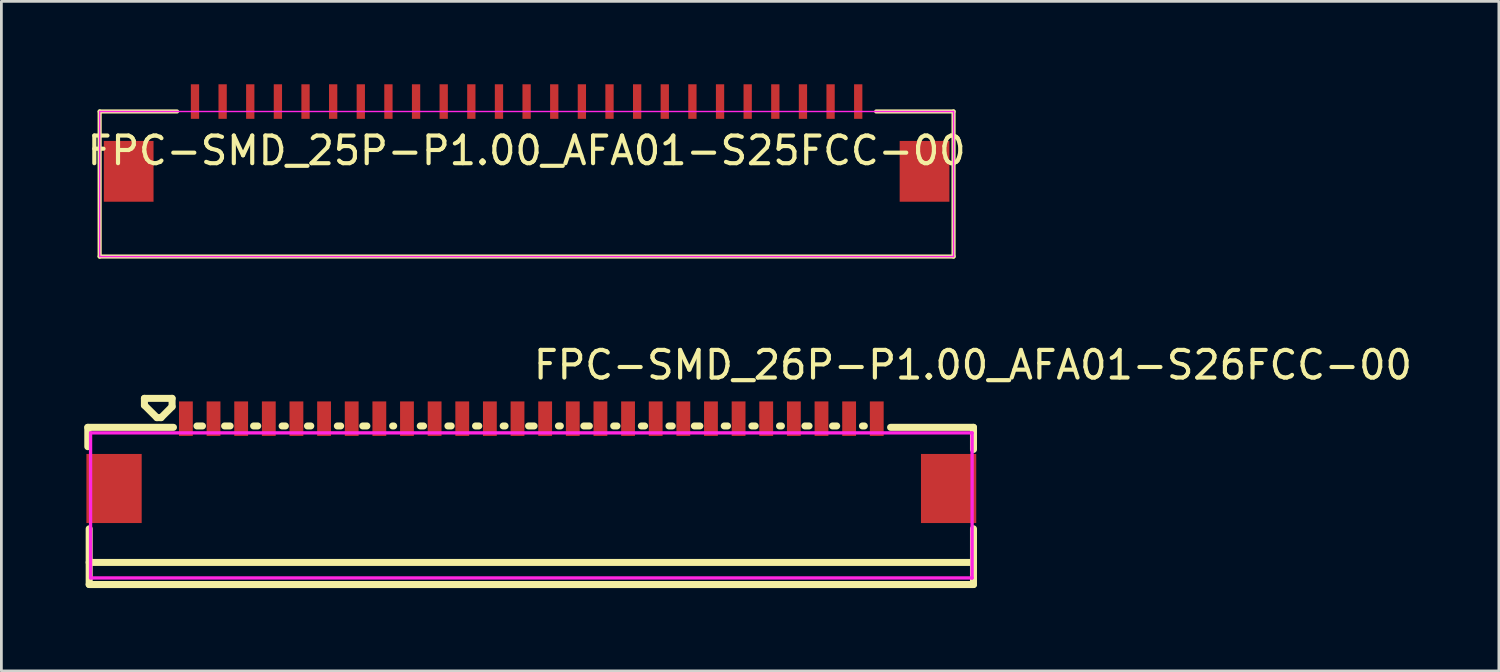
<source format=kicad_pcb>
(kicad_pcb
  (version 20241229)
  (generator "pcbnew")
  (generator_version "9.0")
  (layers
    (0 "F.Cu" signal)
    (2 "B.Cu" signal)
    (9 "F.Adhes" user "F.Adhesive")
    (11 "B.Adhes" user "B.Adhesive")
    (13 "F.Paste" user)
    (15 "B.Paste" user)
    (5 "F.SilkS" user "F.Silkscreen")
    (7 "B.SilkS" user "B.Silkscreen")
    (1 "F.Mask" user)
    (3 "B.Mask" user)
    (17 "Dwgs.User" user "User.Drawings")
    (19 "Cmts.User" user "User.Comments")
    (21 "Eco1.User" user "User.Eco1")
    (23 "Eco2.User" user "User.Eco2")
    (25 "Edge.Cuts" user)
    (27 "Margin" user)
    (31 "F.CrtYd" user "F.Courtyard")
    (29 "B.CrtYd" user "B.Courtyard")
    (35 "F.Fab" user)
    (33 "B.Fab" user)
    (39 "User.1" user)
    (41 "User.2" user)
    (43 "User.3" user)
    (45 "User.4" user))
  (footprint "FPC-SMD_25P-P1.00_AFA01-S25FCC-00"
    (layer "F.Cu")
    (at 16.006 0.625)
    (property "Reference" "FPC-SMD_25P-P1.00_AFA01-S25FCC-00" (at 0 1.775 0) (layer "F.SilkS") (effects (font (size 1 1) (thickness 0.15))))
    (fp_line (start -15.45 0.359) (end -15.45 5.609) (stroke (width 0.15) (type default)) (layer "F.SilkS"))
    (fp_line (start -15.45 0.359) (end -12.65 0.359) (stroke (width 0.15) (type default)) (layer "F.SilkS"))
    (fp_line (start -15.45 5.609) (end 15.45 5.609) (stroke (width 0.15) (type default)) (layer "F.SilkS"))
    (fp_line (start 15.45 0.359) (end 12.65 0.359) (stroke (width 0.15) (type default)) (layer "F.SilkS"))
    (fp_line (start 15.45 0.359) (end 15.45 5.609) (stroke (width 0.15) (type default)) (layer "F.SilkS"))
    (fp_line (start -15.45 0.359) (end -15.45 5.609) (stroke (width 0.05) (type default)) (layer "F.CrtYd"))
    (fp_line (start -15.45 0.359) (end 15.45 0.359) (stroke (width 0.05) (type default)) (layer "F.CrtYd"))
    (fp_line (start -15.45 5.609) (end 15.45 5.609) (stroke (width 0.05) (type default)) (layer "F.CrtYd"))
    (fp_line (start 15.45 0.359) (end 15.45 5.609) (stroke (width 0.05) (type default)) (layer "F.CrtYd"))
    (pad "0" smd rect (at -14.4 2.525) (size 1.8 2.2) (layers "F.Cu" "F.Mask" "F.Paste"))
    (pad "0" smd rect (at 14.4 2.525) (size 1.8 2.2) (layers "F.Cu" "F.Mask" "F.Paste"))
    (pad "1" smd rect (at -12 0) (size 0.3 1.25) (layers "F.Cu" "F.Mask" "F.Paste"))
    (pad "2" smd rect (at -11 0) (size 0.3 1.25) (layers "F.Cu" "F.Mask" "F.Paste"))
    (pad "3" smd rect (at -10 0) (size 0.3 1.25) (layers "F.Cu" "F.Mask" "F.Paste"))
    (pad "4" smd rect (at -9 0) (size 0.3 1.25) (layers "F.Cu" "F.Mask" "F.Paste"))
    (pad "5" smd rect (at -8 0) (size 0.3 1.25) (layers "F.Cu" "F.Mask" "F.Paste"))
    (pad "6" smd rect (at -7 0) (size 0.3 1.25) (layers "F.Cu" "F.Mask" "F.Paste"))
    (pad "7" smd rect (at -6 0) (size 0.3 1.25) (layers "F.Cu" "F.Mask" "F.Paste"))
    (pad "8" smd rect (at -5 0) (size 0.3 1.25) (layers "F.Cu" "F.Mask" "F.Paste"))
    (pad "9" smd rect (at -4 0) (size 0.3 1.25) (layers "F.Cu" "F.Mask" "F.Paste"))
    (pad "10" smd rect (at -3 0) (size 0.3 1.25) (layers "F.Cu" "F.Mask" "F.Paste"))
    (pad "11" smd rect (at -2 0) (size 0.3 1.25) (layers "F.Cu" "F.Mask" "F.Paste"))
    (pad "12" smd rect (at -1 0) (size 0.3 1.25) (layers "F.Cu" "F.Mask" "F.Paste"))
    (pad "13" smd rect (at 0 0) (size 0.3 1.25) (layers "F.Cu" "F.Mask" "F.Paste"))
    (pad "14" smd rect (at 1 0) (size 0.3 1.25) (layers "F.Cu" "F.Mask" "F.Paste"))
    (pad "15" smd rect (at 2 0) (size 0.3 1.25) (layers "F.Cu" "F.Mask" "F.Paste"))
    (pad "16" smd rect (at 3 0) (size 0.3 1.25) (layers "F.Cu" "F.Mask" "F.Paste"))
    (pad "17" smd rect (at 4 0) (size 0.3 1.25) (layers "F.Cu" "F.Mask" "F.Paste"))
    (pad "18" smd rect (at 5 0) (size 0.3 1.25) (layers "F.Cu" "F.Mask" "F.Paste"))
    (pad "19" smd rect (at 6 0) (size 0.3 1.25) (layers "F.Cu" "F.Mask" "F.Paste"))
    (pad "20" smd rect (at 7 0) (size 0.3 1.25) (layers "F.Cu" "F.Mask" "F.Paste"))
    (pad "21" smd rect (at 8 0) (size 0.3 1.25) (layers "F.Cu" "F.Mask" "F.Paste"))
    (pad "22" smd rect (at 9 0) (size 0.3 1.25) (layers "F.Cu" "F.Mask" "F.Paste"))
    (pad "23" smd rect (at 10 0) (size 0.3 1.25) (layers "F.Cu" "F.Mask" "F.Paste"))
    (pad "24" smd rect (at 11 0) (size 0.3 1.25) (layers "F.Cu" "F.Mask" "F.Paste"))
    (pad "25" smd rect (at 12 0) (size 0.3 1.25) (layers "F.Cu" "F.Mask" "F.Paste")))
  (footprint "FPC-SMD_26P-P1.00_AFA01-S26FCC-00"
    (layer "F.Cu")
    (at 16.177 13.364)
    (property "Reference" "FPC-SMD_26P-P1.00_AFA01-S26FCC-00" (at 0 -3.207 0) (layer "F.SilkS") (effects (font (size 1 1) (thickness 0.15)) (justify left)))
    (attr through_hole)
    (fp_line (start -16.05 -0.95) (end -12.95 -0.95) (stroke (width 0.254) (type solid)) (layer "F.SilkS"))
    (fp_line (start -16.05 -0.25) (end -16.05 -0.95) (stroke (width 0.254) (type solid)) (layer "F.SilkS"))
    (fp_line (start -16 4.738) (end -16 2.721) (stroke (width 0.254) (type solid)) (layer "F.SilkS"))
    (fp_line (start -14.001 -1.999) (end -13 -1.999) (stroke (width 0.254) (type solid)) (layer "F.SilkS"))
    (fp_line (start -14.001 -1.75) (end -14.001 -1.999) (stroke (width 0.254) (type solid)) (layer "F.SilkS"))
    (fp_line (start -13.549 -1.301) (end -14.001 -1.75) (stroke (width 0.254) (type solid)) (layer "F.SilkS"))
    (fp_line (start -13.399 -1.301) (end -13.549 -1.301) (stroke (width 0.254) (type solid)) (layer "F.SilkS"))
    (fp_line (start -13 -1.999) (end -13 -1.699) (stroke (width 0.254) (type solid)) (layer "F.SilkS"))
    (fp_line (start -13 -1.699) (end -13.399 -1.301) (stroke (width 0.254) (type solid)) (layer "F.SilkS"))
    (fp_line (start -12.1 -1) (end -11.9 -1) (stroke (width 0.254) (type solid)) (layer "F.SilkS"))
    (fp_line (start -11.1 -1) (end -10.9 -1) (stroke (width 0.254) (type solid)) (layer "F.SilkS"))
    (fp_line (start -10.05 -1) (end -9.9 -1) (stroke (width 0.254) (type solid)) (layer "F.SilkS"))
    (fp_line (start -9.019 -1) (end -8.9 -1) (stroke (width 0.254) (type solid)) (layer "F.SilkS"))
    (fp_line (start -8.1 -1) (end -7.981 -1) (stroke (width 0.254) (type solid)) (layer "F.SilkS"))
    (fp_line (start -7.019 -1) (end -6.9 -1) (stroke (width 0.254) (type solid)) (layer "F.SilkS"))
    (fp_line (start -6.1 -1) (end -5.95 -1) (stroke (width 0.254) (type solid)) (layer "F.SilkS"))
    (fp_line (start -5.019 -1) (end -4.981 -1) (stroke (width 0.254) (type solid)) (layer "F.SilkS"))
    (fp_line (start -4.019 -1) (end -3.9 -1) (stroke (width 0.254) (type solid)) (layer "F.SilkS"))
    (fp_line (start -3.019 -1) (end -2.9 -1) (stroke (width 0.254) (type solid)) (layer "F.SilkS"))
    (fp_line (start -2.019 -1) (end -1.9 -1) (stroke (width 0.254) (type solid)) (layer "F.SilkS"))
    (fp_line (start -1.019 -1) (end -0.95 -1) (stroke (width 0.254) (type solid)) (layer "F.SilkS"))
    (fp_line (start -0.1 -1) (end 0.1 -1) (stroke (width 0.254) (type solid)) (layer "F.SilkS"))
    (fp_line (start 0.981 -1) (end 1.05 -1) (stroke (width 0.254) (type solid)) (layer "F.SilkS"))
    (fp_line (start 1.9 -1) (end 2.1 -1) (stroke (width 0.254) (type solid)) (layer "F.SilkS"))
    (fp_line (start 2.981 -1) (end 3.1 -1) (stroke (width 0.254) (type solid)) (layer "F.SilkS"))
    (fp_line (start 3.981 -1) (end 4.1 -1) (stroke (width 0.254) (type solid)) (layer "F.SilkS"))
    (fp_line (start 4.981 -1) (end 5.1 -1) (stroke (width 0.254) (type solid)) (layer "F.SilkS"))
    (fp_line (start 5.9 -1) (end 6.1 -1) (stroke (width 0.254) (type solid)) (layer "F.SilkS"))
    (fp_line (start 6.981 -1) (end 7.1 -1) (stroke (width 0.254) (type solid)) (layer "F.SilkS"))
    (fp_line (start 7.981 -1) (end 8.1 -1) (stroke (width 0.254) (type solid)) (layer "F.SilkS"))
    (fp_line (start 8.981 -1) (end 9.05 -1) (stroke (width 0.254) (type solid)) (layer "F.SilkS"))
    (fp_line (start 9.9 -1) (end 10.05 -1) (stroke (width 0.254) (type solid)) (layer "F.SilkS"))
    (fp_line (start 10.9 -1) (end 11.05 -1) (stroke (width 0.254) (type solid)) (layer "F.SilkS"))
    (fp_line (start 11.981 -1) (end 12.05 -1) (stroke (width 0.254) (type solid)) (layer "F.SilkS"))
    (fp_line (start 16 -0.95) (end 13 -0.95) (stroke (width 0.254) (type solid)) (layer "F.SilkS"))
    (fp_line (start 16 -0.85) (end 16 -0.95) (stroke (width 0.254) (type solid)) (layer "F.SilkS"))
    (fp_line (start 16 -0.15) (end 16 -0.85) (stroke (width 0.254) (type solid)) (layer "F.SilkS"))
    (fp_line (start 16 2.721) (end 16 4.738) (stroke (width 0.254) (type solid)) (layer "F.SilkS"))
    (fp_line (start 16 3.938) (end -16 3.938) (stroke (width 0.254) (type solid)) (layer "F.SilkS"))
    (fp_line (start 16 4.738) (end -16 4.738) (stroke (width 0.254) (type solid)) (layer "F.SilkS"))
    (fp_circle (center -15.95 -1.45) (end -15.92 -1.45) (stroke (width 0.06) (type solid)) (fill no) (layer "Eco2.User"))
    (fp_poly (pts (xy -14.15 2.263) (xy -15.95 2.263) (xy -15.95 0.263) (xy -14.15 0.263)) (stroke (width 0.12) (type solid)) (fill no) (layer "Eco2.User"))
    (fp_poly (pts (xy -12.6 -0.7) (xy -12.6 -1.45) (xy -12.4 -1.45) (xy -12.4 -0.7)) (stroke (width 0.12) (type solid)) (fill no) (layer "Eco2.User"))
    (fp_poly (pts (xy -11.6 -0.7) (xy -11.6 -1.45) (xy -11.4 -1.45) (xy -11.4 -0.7)) (stroke (width 0.12) (type solid)) (fill no) (layer "Eco2.User"))
    (fp_poly (pts (xy -10.6 -0.7) (xy -10.6 -1.45) (xy -10.4 -1.45) (xy -10.4 -0.7)) (stroke (width 0.12) (type solid)) (fill no) (layer "Eco2.User"))
    (fp_poly (pts (xy -9.6 -0.7) (xy -9.6 -1.45) (xy -9.4 -1.45) (xy -9.4 -0.7)) (stroke (width 0.12) (type solid)) (fill no) (layer "Eco2.User"))
    (fp_poly (pts (xy -8.6 -0.7) (xy -8.6 -1.45) (xy -8.4 -1.45) (xy -8.4 -0.7)) (stroke (width 0.12) (type solid)) (fill no) (layer "Eco2.User"))
    (fp_poly (pts (xy -7.6 -0.7) (xy -7.6 -1.45) (xy -7.4 -1.45) (xy -7.4 -0.7)) (stroke (width 0.12) (type solid)) (fill no) (layer "Eco2.User"))
    (fp_poly (pts (xy -6.6 -0.7) (xy -6.6 -1.45) (xy -6.4 -1.45) (xy -6.4 -0.7)) (stroke (width 0.12) (type solid)) (fill no) (layer "Eco2.User"))
    (fp_poly (pts (xy -5.6 -0.7) (xy -5.6 -1.45) (xy -5.4 -1.45) (xy -5.4 -0.7)) (stroke (width 0.12) (type solid)) (fill no) (layer "Eco2.User"))
    (fp_poly (pts (xy -4.6 -0.7) (xy -4.6 -1.45) (xy -4.4 -1.45) (xy -4.4 -0.7)) (stroke (width 0.12) (type solid)) (fill no) (layer "Eco2.User"))
    (fp_poly (pts (xy -3.6 -0.7) (xy -3.6 -1.45) (xy -3.4 -1.45) (xy -3.4 -0.7)) (stroke (width 0.12) (type solid)) (fill no) (layer "Eco2.User"))
    (fp_poly (pts (xy -2.6 -0.7) (xy -2.6 -1.45) (xy -2.4 -1.45) (xy -2.4 -0.7)) (stroke (width 0.12) (type solid)) (fill no) (layer "Eco2.User"))
    (fp_poly (pts (xy -1.6 -0.7) (xy -1.6 -1.45) (xy -1.4 -1.45) (xy -1.4 -0.7)) (stroke (width 0.12) (type solid)) (fill no) (layer "Eco2.User"))
    (fp_poly (pts (xy -0.6 -0.7) (xy -0.6 -1.45) (xy -0.4 -1.45) (xy -0.4 -0.7)) (stroke (width 0.12) (type solid)) (fill no) (layer "Eco2.User"))
    (fp_poly (pts (xy 0.4 -0.7) (xy 0.4 -1.45) (xy 0.6 -1.45) (xy 0.6 -0.7)) (stroke (width 0.12) (type solid)) (fill no) (layer "Eco2.User"))
    (fp_poly (pts (xy 1.4 -0.7) (xy 1.4 -1.45) (xy 1.6 -1.45) (xy 1.6 -0.7)) (stroke (width 0.12) (type solid)) (fill no) (layer "Eco2.User"))
    (fp_poly (pts (xy 2.4 -0.7) (xy 2.4 -1.45) (xy 2.6 -1.45) (xy 2.6 -0.7)) (stroke (width 0.12) (type solid)) (fill no) (layer "Eco2.User"))
    (fp_poly (pts (xy 3.4 -0.7) (xy 3.4 -1.45) (xy 3.6 -1.45) (xy 3.6 -0.7)) (stroke (width 0.12) (type solid)) (fill no) (layer "Eco2.User"))
    (fp_poly (pts (xy 4.4 -0.7) (xy 4.4 -1.45) (xy 4.6 -1.45) (xy 4.6 -0.7)) (stroke (width 0.12) (type solid)) (fill no) (layer "Eco2.User"))
    (fp_poly (pts (xy 5.4 -0.7) (xy 5.4 -1.45) (xy 5.6 -1.45) (xy 5.6 -0.7)) (stroke (width 0.12) (type solid)) (fill no) (layer "Eco2.User"))
    (fp_poly (pts (xy 6.4 -0.7) (xy 6.4 -1.45) (xy 6.6 -1.45) (xy 6.6 -0.7)) (stroke (width 0.12) (type solid)) (fill no) (layer "Eco2.User"))
    (fp_poly (pts (xy 7.4 -0.7) (xy 7.4 -1.45) (xy 7.6 -1.45) (xy 7.6 -0.7)) (stroke (width 0.12) (type solid)) (fill no) (layer "Eco2.User"))
    (fp_poly (pts (xy 8.4 -0.7) (xy 8.4 -1.45) (xy 8.6 -1.45) (xy 8.6 -0.7)) (stroke (width 0.12) (type solid)) (fill no) (layer "Eco2.User"))
    (fp_poly (pts (xy 9.4 -0.7) (xy 9.4 -1.45) (xy 9.6 -1.45) (xy 9.6 -0.7)) (stroke (width 0.12) (type solid)) (fill no) (layer "Eco2.User"))
    (fp_poly (pts (xy 10.4 -0.7) (xy 10.4 -1.45) (xy 10.6 -1.45) (xy 10.6 -0.7)) (stroke (width 0.12) (type solid)) (fill no) (layer "Eco2.User"))
    (fp_poly (pts (xy 11.4 -0.7) (xy 11.4 -1.45) (xy 11.6 -1.45) (xy 11.6 -0.7)) (stroke (width 0.12) (type solid)) (fill no) (layer "Eco2.User"))
    (fp_poly (pts (xy 12.4 -0.7) (xy 12.4 -1.45) (xy 12.6 -1.45) (xy 12.6 -0.7)) (stroke (width 0.12) (type solid)) (fill no) (layer "Eco2.User"))
    (fp_poly (pts (xy 14.149 0.262) (xy 15.949 0.262) (xy 15.949 2.262) (xy 14.149 2.262)) (stroke (width 0.12) (type solid)) (fill no) (layer "Eco2.User"))
    (fp_line (start -15.95 -0.75) (end 15.95 -0.75) (stroke (width 0.12) (type solid)) (layer "F.CrtYd"))
    (fp_line (start -15.95 4.5) (end -15.95 -0.75) (stroke (width 0.12) (type solid)) (layer "F.CrtYd"))
    (fp_line (start 15.95 -0.75) (end 15.95 4.5) (stroke (width 0.12) (type solid)) (layer "F.CrtYd"))
    (fp_line (start 15.95 4.5) (end -15.95 4.5) (stroke (width 0.12) (type solid)) (layer "F.CrtYd"))
    (pad "1" smd rect (at -12.5 -1.263 90) (size 1.25 0.5) (layers "F.Cu" "F.Mask" "F.Paste"))
    (pad "2" smd rect (at -11.5 -1.263 90) (size 1.25 0.5) (layers "F.Cu" "F.Mask" "F.Paste"))
    (pad "3" smd rect (at -10.5 -1.263 90) (size 1.25 0.5) (layers "F.Cu" "F.Mask" "F.Paste"))
    (pad "4" smd rect (at -9.5 -1.263 90) (size 1.25 0.5) (layers "F.Cu" "F.Mask" "F.Paste"))
    (pad "5" smd rect (at -8.5 -1.263 90) (size 1.25 0.5) (layers "F.Cu" "F.Mask" "F.Paste"))
    (pad "6" smd rect (at -7.5 -1.263 90) (size 1.25 0.5) (layers "F.Cu" "F.Mask" "F.Paste"))
    (pad "7" smd rect (at -6.5 -1.263 90) (size 1.25 0.5) (layers "F.Cu" "F.Mask" "F.Paste"))
    (pad "8" smd rect (at -5.5 -1.263 90) (size 1.25 0.5) (layers "F.Cu" "F.Mask" "F.Paste"))
    (pad "9" smd rect (at -4.5 -1.263 90) (size 1.25 0.5) (layers "F.Cu" "F.Mask" "F.Paste"))
    (pad "10" smd rect (at -3.5 -1.263 90) (size 1.25 0.5) (layers "F.Cu" "F.Mask" "F.Paste"))
    (pad "11" smd rect (at -2.5 -1.263 90) (size 1.25 0.5) (layers "F.Cu" "F.Mask" "F.Paste"))
    (pad "12" smd rect (at -1.5 -1.263 90) (size 1.25 0.5) (layers "F.Cu" "F.Mask" "F.Paste"))
    (pad "13" smd rect (at -0.5 -1.263 90) (size 1.25 0.5) (layers "F.Cu" "F.Mask" "F.Paste"))
    (pad "14" smd rect (at 0.5 -1.263 90) (size 1.25 0.5) (layers "F.Cu" "F.Mask" "F.Paste"))
    (pad "15" smd rect (at 1.5 -1.263 90) (size 1.25 0.5) (layers "F.Cu" "F.Mask" "F.Paste"))
    (pad "16" smd rect (at 2.5 -1.263 90) (size 1.25 0.5) (layers "F.Cu" "F.Mask" "F.Paste"))
    (pad "17" smd rect (at 3.5 -1.263 90) (size 1.25 0.5) (layers "F.Cu" "F.Mask" "F.Paste"))
    (pad "18" smd rect (at 4.5 -1.263 90) (size 1.25 0.5) (layers "F.Cu" "F.Mask" "F.Paste"))
    (pad "19" smd rect (at 5.5 -1.263 90) (size 1.25 0.5) (layers "F.Cu" "F.Mask" "F.Paste"))
    (pad "20" smd rect (at 6.5 -1.263 90) (size 1.25 0.5) (layers "F.Cu" "F.Mask" "F.Paste"))
    (pad "21" smd rect (at 7.5 -1.263 90) (size 1.25 0.5) (layers "F.Cu" "F.Mask" "F.Paste"))
    (pad "22" smd rect (at 8.5 -1.263 90) (size 1.25 0.5) (layers "F.Cu" "F.Mask" "F.Paste"))
    (pad "23" smd rect (at 9.5 -1.263 90) (size 1.25 0.5) (layers "F.Cu" "F.Mask" "F.Paste"))
    (pad "24" smd rect (at 10.5 -1.263 90) (size 1.25 0.5) (layers "F.Cu" "F.Mask" "F.Paste"))
    (pad "25" smd rect (at 11.5 -1.263 90) (size 1.25 0.5) (layers "F.Cu" "F.Mask" "F.Paste"))
    (pad "26" smd rect (at 12.5 -1.263 90) (size 1.25 0.5) (layers "F.Cu" "F.Mask" "F.Paste"))
    (pad "27" smd rect (at 15.1 1.263 180) (size 2 2.5) (layers "F.Cu" "F.Mask" "F.Paste"))
    (pad "28" smd rect (at -15.1 1.263 180) (size 2 2.5) (layers "F.Cu" "F.Mask" "F.Paste")))
  (gr_rect
    (start -3 -3)
    (end 51.189 21.229)
    (stroke (width 0.1) (type default))
    (fill no)
    (layer "Edge.Cuts")))
</source>
